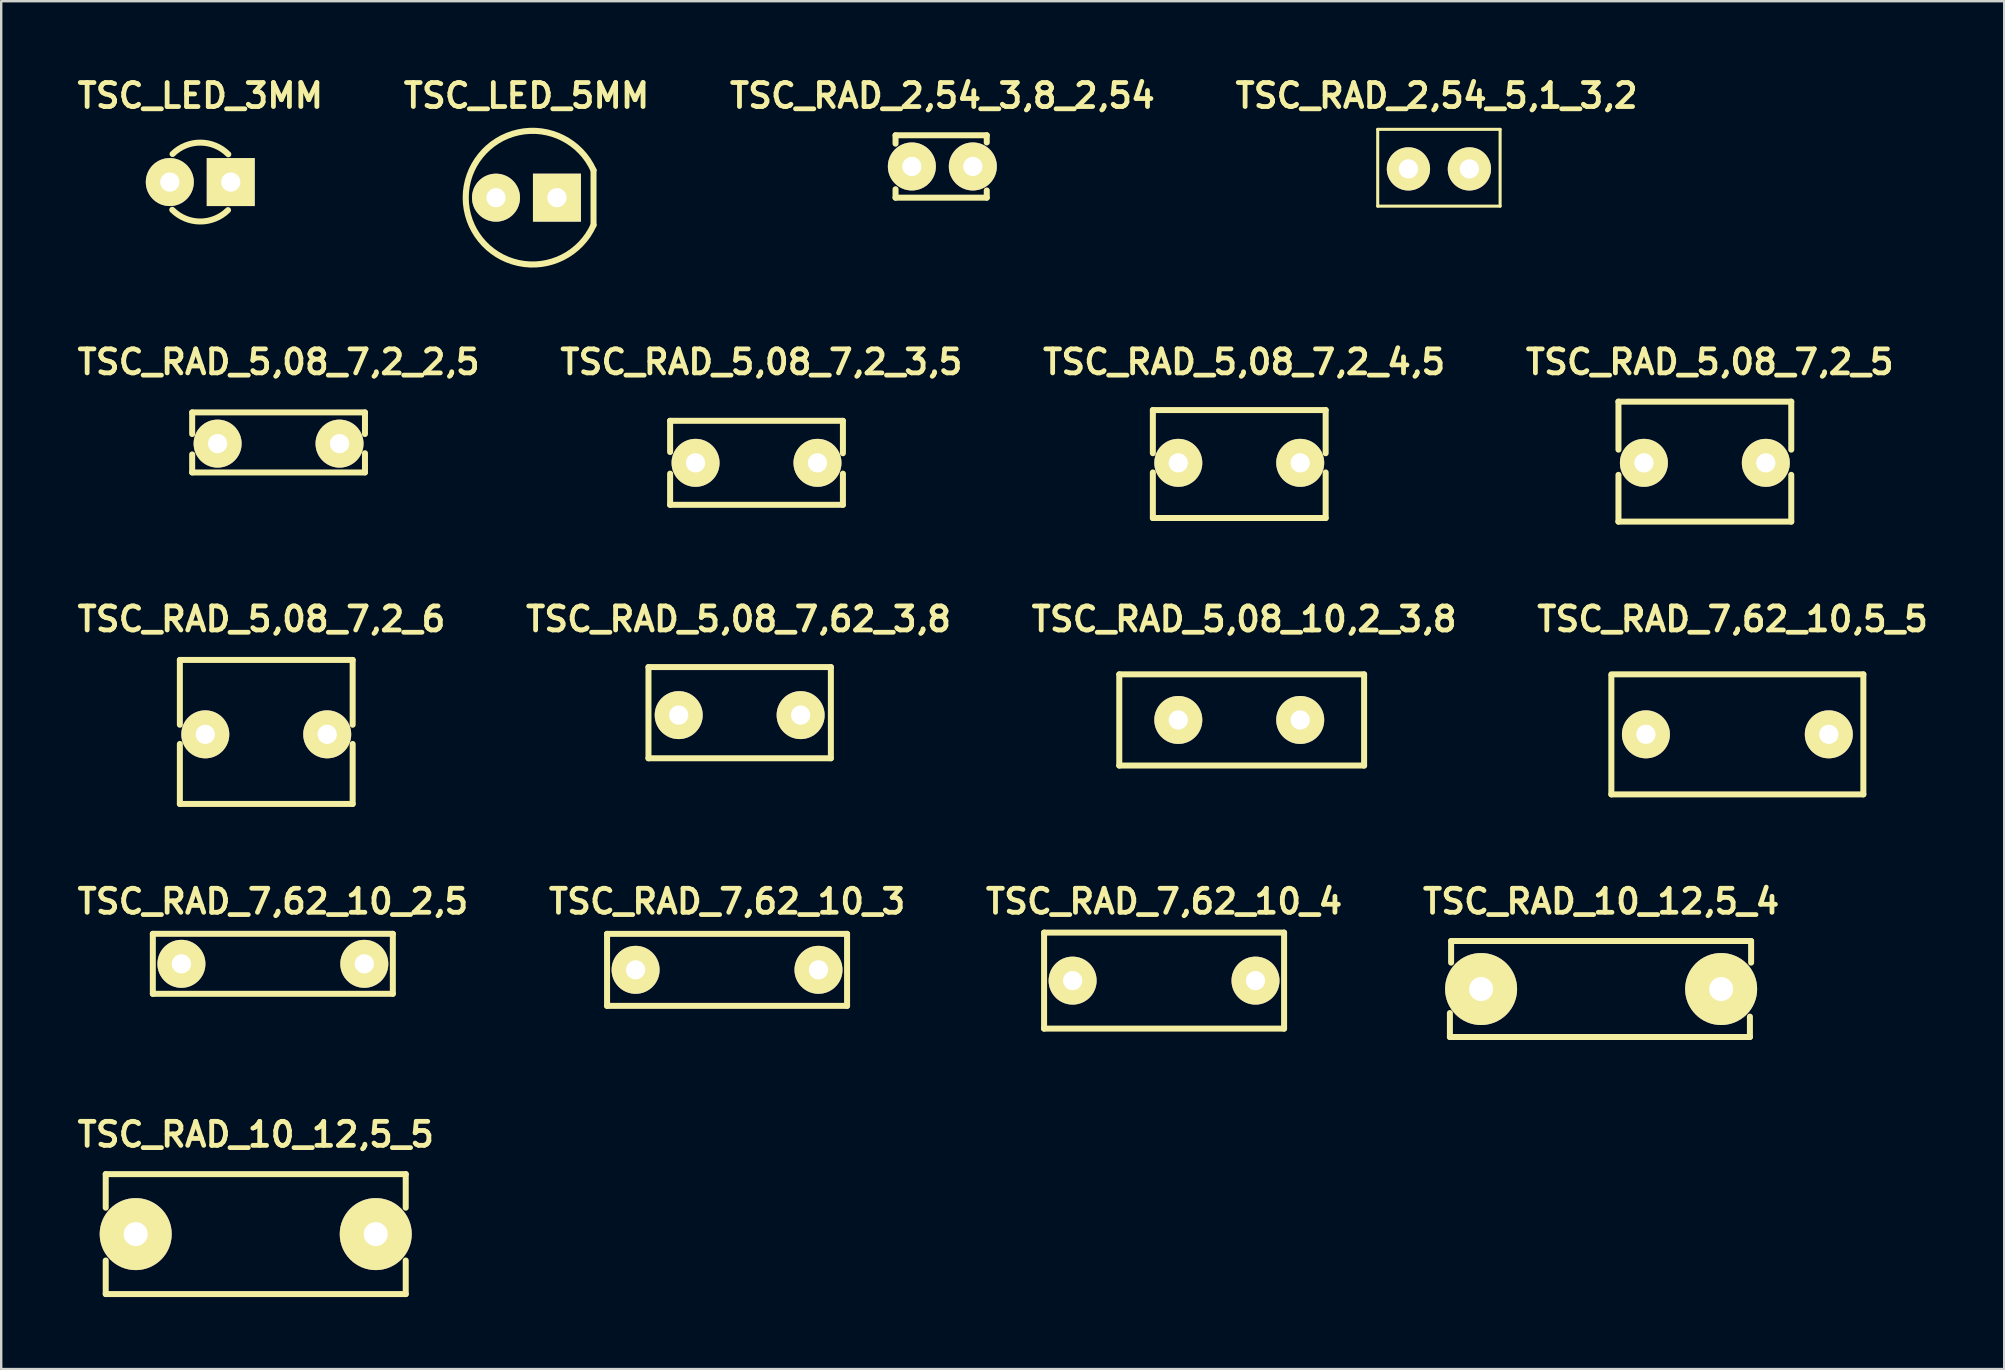
<source format=kicad_pcb>
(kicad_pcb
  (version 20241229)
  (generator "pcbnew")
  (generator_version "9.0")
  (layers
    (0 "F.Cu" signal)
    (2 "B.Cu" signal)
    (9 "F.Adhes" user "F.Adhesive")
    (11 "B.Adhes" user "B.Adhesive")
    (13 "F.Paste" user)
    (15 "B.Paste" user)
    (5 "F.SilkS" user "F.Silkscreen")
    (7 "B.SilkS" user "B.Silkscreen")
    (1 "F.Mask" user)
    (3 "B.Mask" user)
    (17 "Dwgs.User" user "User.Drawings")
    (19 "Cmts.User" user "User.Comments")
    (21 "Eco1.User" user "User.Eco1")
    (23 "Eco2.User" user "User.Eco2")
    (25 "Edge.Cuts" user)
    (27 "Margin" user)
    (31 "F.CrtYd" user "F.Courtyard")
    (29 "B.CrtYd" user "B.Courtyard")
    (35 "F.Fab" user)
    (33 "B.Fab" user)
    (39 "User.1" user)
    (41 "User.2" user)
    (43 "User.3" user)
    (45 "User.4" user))
  (footprint "TSC_RAD_5,08_7,2_6"
    (layer "F.Cu")
    (at 8.044 27.547)
    (property "Reference" "TSC_RAD_5,08_7,2_6" (at -0.201 -4.801 0) (layer "F.SilkS") (effects (font (size 1 1) (thickness 0.2))))
    (attr through_hole)
    (fp_line (start -3.6 -3.1) (end -3.6 -0.4) (stroke (width 0.25) (type solid)) (layer "F.SilkS"))
    (fp_line (start -3.6 2.9) (end -3.6 0.4) (stroke (width 0.25) (type solid)) (layer "F.SilkS"))
    (fp_line (start -3.6 -3.099) (end 3.601 -3.099) (stroke (width 0.25) (type solid)) (layer "F.SilkS"))
    (fp_line (start 3.6 -3.1) (end 3.6 -0.4) (stroke (width 0.25) (type solid)) (layer "F.SilkS"))
    (fp_line (start 3.6 2.9) (end 3.6 0.4) (stroke (width 0.25) (type solid)) (layer "F.SilkS"))
    (fp_line (start 3.601 2.901) (end -3.6 2.901) (stroke (width 0.25) (type solid)) (layer "F.SilkS"))
    (pad "1" thru_hole circle (at -2.54 0) (size 1.999 1.999) (drill 0.8) (layers "*.Cu" "*.Mask" "F.SilkS"))
    (pad "2" thru_hole circle (at 2.54 0) (size 1.999 1.999) (drill 0.8) (layers "*.Cu" "*.Mask" "F.SilkS")))
  (footprint "TSC_RAD_10_12,5_4"
    (layer "F.Cu")
    (at 63.662 38.159)
    (property "Reference" "TSC_RAD_10_12,5_4" (at 0 -3.65 0) (layer "F.SilkS") (effects (font (size 1 1) (thickness 0.2))))
    (attr through_hole)
    (fp_line (start -6.3 2) (end -6.3 1) (stroke (width 0.25) (type solid)) (layer "F.SilkS"))
    (fp_line (start -6.251 -2.001) (end 6.248 -2.001) (stroke (width 0.25) (type solid)) (layer "F.SilkS"))
    (fp_line (start -6.25 -2) (end -6.25 -1.1) (stroke (width 0.25) (type solid)) (layer "F.SilkS"))
    (fp_line (start 6.198 2) (end -6.301 2) (stroke (width 0.25) (type solid)) (layer "F.SilkS"))
    (fp_line (start 6.2 2) (end 6.2 1.15) (stroke (width 0.25) (type solid)) (layer "F.SilkS"))
    (fp_line (start 6.25 -2) (end 6.25 -1.1) (stroke (width 0.25) (type solid)) (layer "F.SilkS"))
    (pad "1" thru_hole circle (at -5.001 0) (size 3 3) (drill 1.001) (layers "*.Cu" "*.Mask" "F.SilkS"))
    (pad "2" thru_hole circle (at 5.001 0) (size 3 3) (drill 1.001) (layers "*.Cu" "*.Mask" "F.SilkS")))
  (footprint "TSC_RAD_5,08_10,2_3,8"
    (layer "F.Cu")
    (at 48.585 26.948)
    (property "Reference" "TSC_RAD_5,08_10,2_3,8" (at 0.201 -4.201 0) (layer "F.SilkS") (effects (font (size 1 1) (thickness 0.2))))
    (attr through_hole)
    (fp_line (start -4.999 -1.9) (end 5.202 -1.9) (stroke (width 0.25) (type solid)) (layer "F.SilkS"))
    (fp_line (start -4.999 1.9) (end -4.999 -1.9) (stroke (width 0.25) (type solid)) (layer "F.SilkS"))
    (fp_line (start 5.202 -1.9) (end 5.202 1.9) (stroke (width 0.25) (type solid)) (layer "F.SilkS"))
    (fp_line (start 5.202 1.9) (end -4.999 1.9) (stroke (width 0.25) (type solid)) (layer "F.SilkS"))
    (pad "1" thru_hole circle (at -2.54 0) (size 1.999 1.999) (drill 0.8) (layers "*.Cu" "*.Mask" "F.SilkS"))
    (pad "2" thru_hole circle (at 2.54 0) (size 1.999 1.999) (drill 0.8) (layers "*.Cu" "*.Mask" "F.SilkS")))
  (footprint "TSC_RAD_7,62_10_4"
    (layer "F.Cu")
    (at 45.452 37.809)
    (property "Reference" "TSC_RAD_7,62_10_4" (at 0 -3.3 0) (layer "F.SilkS") (effects (font (size 1 1) (thickness 0.2))))
    (attr through_hole)
    (fp_line (start -4.999 -2.001) (end 5.001 -2.001) (stroke (width 0.25) (type solid)) (layer "F.SilkS"))
    (fp_line (start -4.999 2) (end -4.999 -2.001) (stroke (width 0.25) (type solid)) (layer "F.SilkS"))
    (fp_line (start 5.001 -2.001) (end 5.001 2) (stroke (width 0.25) (type solid)) (layer "F.SilkS"))
    (fp_line (start 5.001 2) (end -4.999 2) (stroke (width 0.25) (type solid)) (layer "F.SilkS"))
    (pad "1" thru_hole circle (at -3.81 0) (size 1.999 1.999) (drill 0.8) (layers "*.Cu" "*.Mask" "F.SilkS"))
    (pad "2" thru_hole circle (at 3.81 0) (size 1.999 1.999) (drill 0.8) (layers "*.Cu" "*.Mask" "F.SilkS")))
  (footprint "TSC_LED_3MM"
    (layer "F.Cu")
    (at 5.295 4.536)
    (property "Reference" "TSC_LED_3MM" (at 0 -3.6 0) (layer "F.SilkS") (effects (font (size 1 1) (thickness 0.2))))
    (attr exclude_from_pos_files exclude_from_bom)
    (fp_arc (start -1.1557 -1.1684) (mid 0.00898 -1.643387) (end 1.1684 -1.1557) (stroke (width 0.25) (type solid)) (layer "F.SilkS"))
    (fp_arc (start 1.1557 1.1684) (mid -0.00898 1.643387) (end -1.1684 1.1557) (stroke (width 0.25) (type solid)) (layer "F.SilkS"))
    (pad "1" thru_hole circle (at -1.27 0) (size 1.999 1.999) (drill 0.8) (layers "*.Cu" "F.Mask" "F.SilkS" "F.Paste"))
    (pad "2" thru_hole rect (at 1.27 0) (size 1.999 1.999) (drill 0.8) (layers "*.Cu" "F.Mask" "F.SilkS" "F.Paste")))
  (footprint "TSC_RAD_2,54_5,1_3,2"
    (layer "F.Cu")
    (at 56.904 3.987)
    (property "Reference" "TSC_RAD_2,54_5,1_3,2" (at -0.099 -3.051 0) (layer "F.SilkS") (effects (font (size 1 1) (thickness 0.2))))
    (attr through_hole)
    (fp_line (start -2.55 -1.648) (end 2.55 -1.648) (stroke (width 0.127) (type solid)) (layer "F.SilkS"))
    (fp_line (start -2.55 1.552) (end -2.55 -1.648) (stroke (width 0.127) (type solid)) (layer "F.SilkS"))
    (fp_line (start 2.55 -1.648) (end 2.55 1.552) (stroke (width 0.127) (type solid)) (layer "F.SilkS"))
    (fp_line (start 2.55 1.552) (end -2.55 1.552) (stroke (width 0.127) (type solid)) (layer "F.SilkS"))
    (pad "1" thru_hole circle (at -1.27 0) (size 1.801 1.801) (drill 0.8) (layers "*.Cu" "*.Mask" "F.SilkS"))
    (pad "2" thru_hole circle (at 1.27 0) (size 1.801 1.801) (drill 0.8) (layers "*.Cu" "*.Mask" "F.SilkS")))
  (footprint "TSC_LED_5MM"
    (layer "F.Cu")
    (at 18.886 5.186)
    (property "Reference" "TSC_LED_5MM" (at 0 -4.25 0) (layer "F.SilkS") (effects (font (size 1 1) (thickness 0.2))))
    (attr exclude_from_pos_files exclude_from_bom)
    (fp_line (start 2.794 1.143) (end 2.794 -1.143) (stroke (width 0.25) (type solid)) (layer "F.SilkS"))
    (fp_arc (start 2.794 1.143) (mid -2.531327 0.001082) (end 2.793111 -1.144973) (stroke (width 0.254) (type solid)) (layer "F.SilkS"))
    (pad "1" thru_hole circle (at -1.27 0) (size 1.999 1.999) (drill 0.8) (layers "*.Cu" "*.Paste" "*.Mask" "F.SilkS"))
    (pad "2" thru_hole rect (at 1.27 0) (size 1.999 1.999) (drill 0.8) (layers "*.Cu" "*.Paste" "*.Mask" "F.SilkS")))
  (footprint "TSC_RAD_2,54_3,8_2,54"
    (layer "F.Cu")
    (at 36.214 3.886)
    (property "Reference" "TSC_RAD_2,54_3,8_2,54" (at 0 -2.95 0) (layer "F.SilkS") (effects (font (size 1 1) (thickness 0.2))))
    (attr through_hole)
    (fp_line (start -1.95 -1.3) (end -1.95 -0.95) (stroke (width 0.25) (type solid)) (layer "F.SilkS"))
    (fp_line (start -1.95 -1.3) (end 1.85 -1.3) (stroke (width 0.25) (type solid)) (layer "F.SilkS"))
    (fp_line (start -1.95 1.3) (end -1.95 0.95) (stroke (width 0.25) (type solid)) (layer "F.SilkS"))
    (fp_line (start -1.95 1.3) (end 1.85 1.3) (stroke (width 0.25) (type solid)) (layer "F.SilkS"))
    (fp_line (start 1.85 -1.3) (end 1.85 -1) (stroke (width 0.25) (type solid)) (layer "F.SilkS"))
    (fp_line (start 1.85 1.3) (end 1.85 1) (stroke (width 0.25) (type solid)) (layer "F.SilkS"))
    (pad "1" thru_hole circle (at -1.27 0) (size 2 2) (drill 0.8) (layers "*.Cu" "*.Mask" "F.SilkS"))
    (pad "2" thru_hole circle (at 1.27 0) (size 2 2) (drill 0.8) (layers "*.Cu" "*.Mask" "F.SilkS")))
  (footprint "TSC_RAD_5,08_7,2_5"
    (layer "F.Cu")
    (at 67.985 16.235)
    (property "Reference" "TSC_RAD_5,08_7,2_5" (at 0.201 -4.201 0) (layer "F.SilkS") (effects (font (size 1 1) (thickness 0.2))))
    (attr through_hole)
    (fp_line (start -3.602 -2.55) (end 3.599 -2.55) (stroke (width 0.25) (type solid)) (layer "F.SilkS"))
    (fp_line (start -3.6 -2.55) (end -3.6 -0.55) (stroke (width 0.25) (type solid)) (layer "F.SilkS"))
    (fp_line (start -3.6 2.45) (end -3.6 0.5) (stroke (width 0.25) (type solid)) (layer "F.SilkS"))
    (fp_line (start 3.599 2.449) (end -3.602 2.449) (stroke (width 0.25) (type solid)) (layer "F.SilkS"))
    (fp_line (start 3.6 -2.55) (end 3.6 -0.55) (stroke (width 0.25) (type solid)) (layer "F.SilkS"))
    (fp_line (start 3.6 2.45) (end 3.6 0.5) (stroke (width 0.25) (type solid)) (layer "F.SilkS"))
    (pad "1" thru_hole circle (at -2.54 0) (size 1.999 1.999) (drill 0.8) (layers "*.Cu" "*.Mask" "F.SilkS"))
    (pad "2" thru_hole circle (at 2.54 0) (size 1.999 1.999) (drill 0.8) (layers "*.Cu" "*.Mask" "F.SilkS")))
  (footprint "TSC_RAD_5,08_7,2_2,5"
    (layer "F.Cu")
    (at 8.557 15.434)
    (property "Reference" "TSC_RAD_5,08_7,2_2,5" (at 0 -3.4 0) (layer "F.SilkS") (effects (font (size 1 1) (thickness 0.2))))
    (attr through_hole)
    (fp_line (start -3.602 -1.3) (end 3.599 -1.3) (stroke (width 0.25) (type solid)) (layer "F.SilkS"))
    (fp_line (start -3.6 -1.3) (end -3.6 -0.4) (stroke (width 0.25) (type solid)) (layer "F.SilkS"))
    (fp_line (start -3.6 1.2) (end -3.6 0.45) (stroke (width 0.25) (type solid)) (layer "F.SilkS"))
    (fp_line (start 3.599 1.201) (end -3.602 1.201) (stroke (width 0.25) (type solid)) (layer "F.SilkS"))
    (fp_line (start 3.6 -1.3) (end 3.6 -0.4) (stroke (width 0.25) (type solid)) (layer "F.SilkS"))
    (fp_line (start 3.6 1.2) (end 3.6 0.4) (stroke (width 0.25) (type solid)) (layer "F.SilkS"))
    (pad "1" thru_hole circle (at -2.54 0) (size 1.999 1.999) (drill 0.8) (layers "*.Cu" "*.Mask" "F.SilkS"))
    (pad "2" thru_hole circle (at 2.54 0) (size 1.999 1.999) (drill 0.8) (layers "*.Cu" "*.Mask" "F.SilkS")))
  (footprint "TSC_RAD_5,08_7,2_4,5"
    (layer "F.Cu")
    (at 48.585 16.235)
    (property "Reference" "TSC_RAD_5,08_7,2_4,5" (at 0.201 -4.201 0) (layer "F.SilkS") (effects (font (size 1 1) (thickness 0.2))))
    (attr through_hole)
    (fp_line (start -3.6 -2.2) (end -3.6 -0.4) (stroke (width 0.25) (type solid)) (layer "F.SilkS"))
    (fp_line (start -3.6 2.3) (end -3.6 0.4) (stroke (width 0.25) (type solid)) (layer "F.SilkS"))
    (fp_line (start -3.6 -2.2) (end 3.601 -2.2) (stroke (width 0.25) (type solid)) (layer "F.SilkS"))
    (fp_line (start 3.6 -2.2) (end 3.6 -0.4) (stroke (width 0.25) (type solid)) (layer "F.SilkS"))
    (fp_line (start 3.6 2.3) (end 3.6 0.4) (stroke (width 0.25) (type solid)) (layer "F.SilkS"))
    (fp_line (start 3.601 2.299) (end -3.6 2.299) (stroke (width 0.25) (type solid)) (layer "F.SilkS"))
    (pad "1" thru_hole circle (at -2.54 0) (size 1.999 1.999) (drill 0.8) (layers "*.Cu" "*.Mask" "F.SilkS"))
    (pad "2" thru_hole circle (at 2.54 0) (size 1.999 1.999) (drill 0.8) (layers "*.Cu" "*.Mask" "F.SilkS")))
  (footprint "TSC_RAD_5,08_7,2_3,5"
    (layer "F.Cu")
    (at 28.471 16.235)
    (property "Reference" "TSC_RAD_5,08_7,2_3,5" (at 0.201 -4.201 0) (layer "F.SilkS") (effects (font (size 1 1) (thickness 0.2))))
    (attr through_hole)
    (fp_line (start -3.602 -1.753) (end 3.599 -1.753) (stroke (width 0.25) (type solid)) (layer "F.SilkS"))
    (fp_line (start -3.6 -1.75) (end -3.6 -0.45) (stroke (width 0.25) (type solid)) (layer "F.SilkS"))
    (fp_line (start -3.6 1.75) (end -3.6 0.45) (stroke (width 0.25) (type solid)) (layer "F.SilkS"))
    (fp_line (start 3.599 1.747) (end -3.602 1.747) (stroke (width 0.25) (type solid)) (layer "F.SilkS"))
    (fp_line (start 3.6 -1.75) (end 3.6 -0.4) (stroke (width 0.25) (type solid)) (layer "F.SilkS"))
    (fp_line (start 3.6 1.75) (end 3.6 0.45) (stroke (width 0.25) (type solid)) (layer "F.SilkS"))
    (pad "1" thru_hole circle (at -2.54 0) (size 1.999 1.999) (drill 0.8) (layers "*.Cu" "*.Mask" "F.SilkS"))
    (pad "2" thru_hole circle (at 2.54 0) (size 1.999 1.999) (drill 0.8) (layers "*.Cu" "*.Mask" "F.SilkS")))
  (footprint "TSC_RAD_7,62_10_2,5"
    (layer "F.Cu")
    (at 8.319 37.109)
    (property "Reference" "TSC_RAD_7,62_10_2,5" (at 0 -2.6 0) (layer "F.SilkS") (effects (font (size 1 1) (thickness 0.2))))
    (attr through_hole)
    (fp_line (start -5.001 -1.25) (end 4.999 -1.25) (stroke (width 0.25) (type solid)) (layer "F.SilkS"))
    (fp_line (start -5.001 1.249) (end -5.001 -1.25) (stroke (width 0.25) (type solid)) (layer "F.SilkS"))
    (fp_line (start 4.999 -1.25) (end 4.999 1.249) (stroke (width 0.25) (type solid)) (layer "F.SilkS"))
    (fp_line (start 4.999 1.249) (end -5.001 1.249) (stroke (width 0.25) (type solid)) (layer "F.SilkS"))
    (pad "1" thru_hole circle (at -3.81 0) (size 1.999 1.999) (drill 0.8) (layers "*.Cu" "*.Mask" "F.SilkS"))
    (pad "2" thru_hole circle (at 3.81 0) (size 1.999 1.999) (drill 0.8) (layers "*.Cu" "*.Mask" "F.SilkS")))
  (footprint "TSC_RAD_5,08_7,62_3,8"
    (layer "F.Cu")
    (at 27.769 26.746)
    (property "Reference" "TSC_RAD_5,08_7,62_3,8" (at -0.05 -4 0) (layer "F.SilkS") (effects (font (size 1 1) (thickness 0.2))))
    (attr through_hole)
    (fp_line (start -3.8 -2.002) (end 3.8 -2.002) (stroke (width 0.25) (type solid)) (layer "F.SilkS"))
    (fp_line (start -3.8 1.798) (end -3.8 -2.002) (stroke (width 0.25) (type solid)) (layer "F.SilkS"))
    (fp_line (start 3.8 -2.002) (end 3.8 1.798) (stroke (width 0.25) (type solid)) (layer "F.SilkS"))
    (fp_line (start 3.8 1.798) (end -3.8 1.798) (stroke (width 0.25) (type solid)) (layer "F.SilkS"))
    (pad "1" thru_hole circle (at -2.54 0) (size 1.999 1.999) (drill 0.8) (layers "*.Cu" "*.Mask" "F.SilkS"))
    (pad "2" thru_hole circle (at 2.54 0) (size 1.999 1.999) (drill 0.8) (layers "*.Cu" "*.Mask" "F.SilkS")))
  (footprint "TSC_RAD_7,62_10_3"
    (layer "F.Cu")
    (at 27.243 37.359)
    (property "Reference" "TSC_RAD_7,62_10_3" (at 0 -2.85 0) (layer "F.SilkS") (effects (font (size 1 1) (thickness 0.2))))
    (attr through_hole)
    (fp_line (start -4.999 -1.499) (end 5.001 -1.499) (stroke (width 0.25) (type solid)) (layer "F.SilkS"))
    (fp_line (start -4.999 1.501) (end -4.999 -1.499) (stroke (width 0.25) (type solid)) (layer "F.SilkS"))
    (fp_line (start 5.001 -1.499) (end 5.001 1.501) (stroke (width 0.25) (type solid)) (layer "F.SilkS"))
    (fp_line (start 5.001 1.501) (end -4.999 1.501) (stroke (width 0.25) (type solid)) (layer "F.SilkS"))
    (pad "1" thru_hole circle (at -3.81 0) (size 1.999 1.999) (drill 0.8) (layers "*.Cu" "*.Mask" "F.SilkS"))
    (pad "2" thru_hole circle (at 3.81 0) (size 1.999 1.999) (drill 0.8) (layers "*.Cu" "*.Mask" "F.SilkS")))
  (footprint "TSC_RAD_10_12,5_5"
    (layer "F.Cu")
    (at 7.605 48.37)
    (property "Reference" "TSC_RAD_10_12,5_5" (at 0 -4.15 0) (layer "F.SilkS") (effects (font (size 1 1) (thickness 0.2))))
    (attr through_hole)
    (fp_line (start -6.25 -2.5) (end -6.25 -1.1) (stroke (width 0.25) (type solid)) (layer "F.SilkS"))
    (fp_line (start -6.25 2.5) (end -6.25 1.1) (stroke (width 0.25) (type solid)) (layer "F.SilkS"))
    (fp_line (start -6.248 -2.499) (end 6.251 -2.499) (stroke (width 0.25) (type solid)) (layer "F.SilkS"))
    (fp_line (start 6.25 -2.5) (end 6.25 -1.1) (stroke (width 0.25) (type solid)) (layer "F.SilkS"))
    (fp_line (start 6.25 2.5) (end 6.25 1.1) (stroke (width 0.25) (type solid)) (layer "F.SilkS"))
    (fp_line (start 6.251 2.5) (end -6.248 2.5) (stroke (width 0.25) (type solid)) (layer "F.SilkS"))
    (pad "1" thru_hole circle (at -5.001 0) (size 3 3) (drill 1.001) (layers "*.Cu" "*.Mask" "F.SilkS"))
    (pad "2" thru_hole circle (at 5.001 0) (size 3 3) (drill 1.001) (layers "*.Cu" "*.Mask" "F.SilkS")))
  (footprint "TSC_RAD_7,62_10,5_5"
    (layer "F.Cu")
    (at 69.339 27.547)
    (property "Reference" "TSC_RAD_7,62_10,5_5" (at -0.201 -4.801 0) (layer "F.SilkS") (effects (font (size 1 1) (thickness 0.2))))
    (attr through_hole)
    (fp_line (start -5.25 -2.499) (end 5.25 -2.499) (stroke (width 0.25) (type solid)) (layer "F.SilkS"))
    (fp_line (start -5.25 2.502) (end -5.25 -2.449) (stroke (width 0.25) (type solid)) (layer "F.SilkS"))
    (fp_line (start 5.25 -2.499) (end 5.25 2.502) (stroke (width 0.25) (type solid)) (layer "F.SilkS"))
    (fp_line (start 5.25 2.502) (end -5.25 2.502) (stroke (width 0.25) (type solid)) (layer "F.SilkS"))
    (pad "1" thru_hole circle (at -3.81 0) (size 1.999 1.999) (drill 0.8) (layers "*.Cu" "*.Mask" "F.SilkS"))
    (pad "2" thru_hole circle (at 3.81 0) (size 1.999 1.999) (drill 0.8) (layers "*.Cu" "*.Mask" "F.SilkS")))
  (gr_rect
    (start -3 -3)
    (end 80.457 53.995)
    (stroke (width 0.1) (type default))
    (fill no)
    (layer "Edge.Cuts")))
</source>
